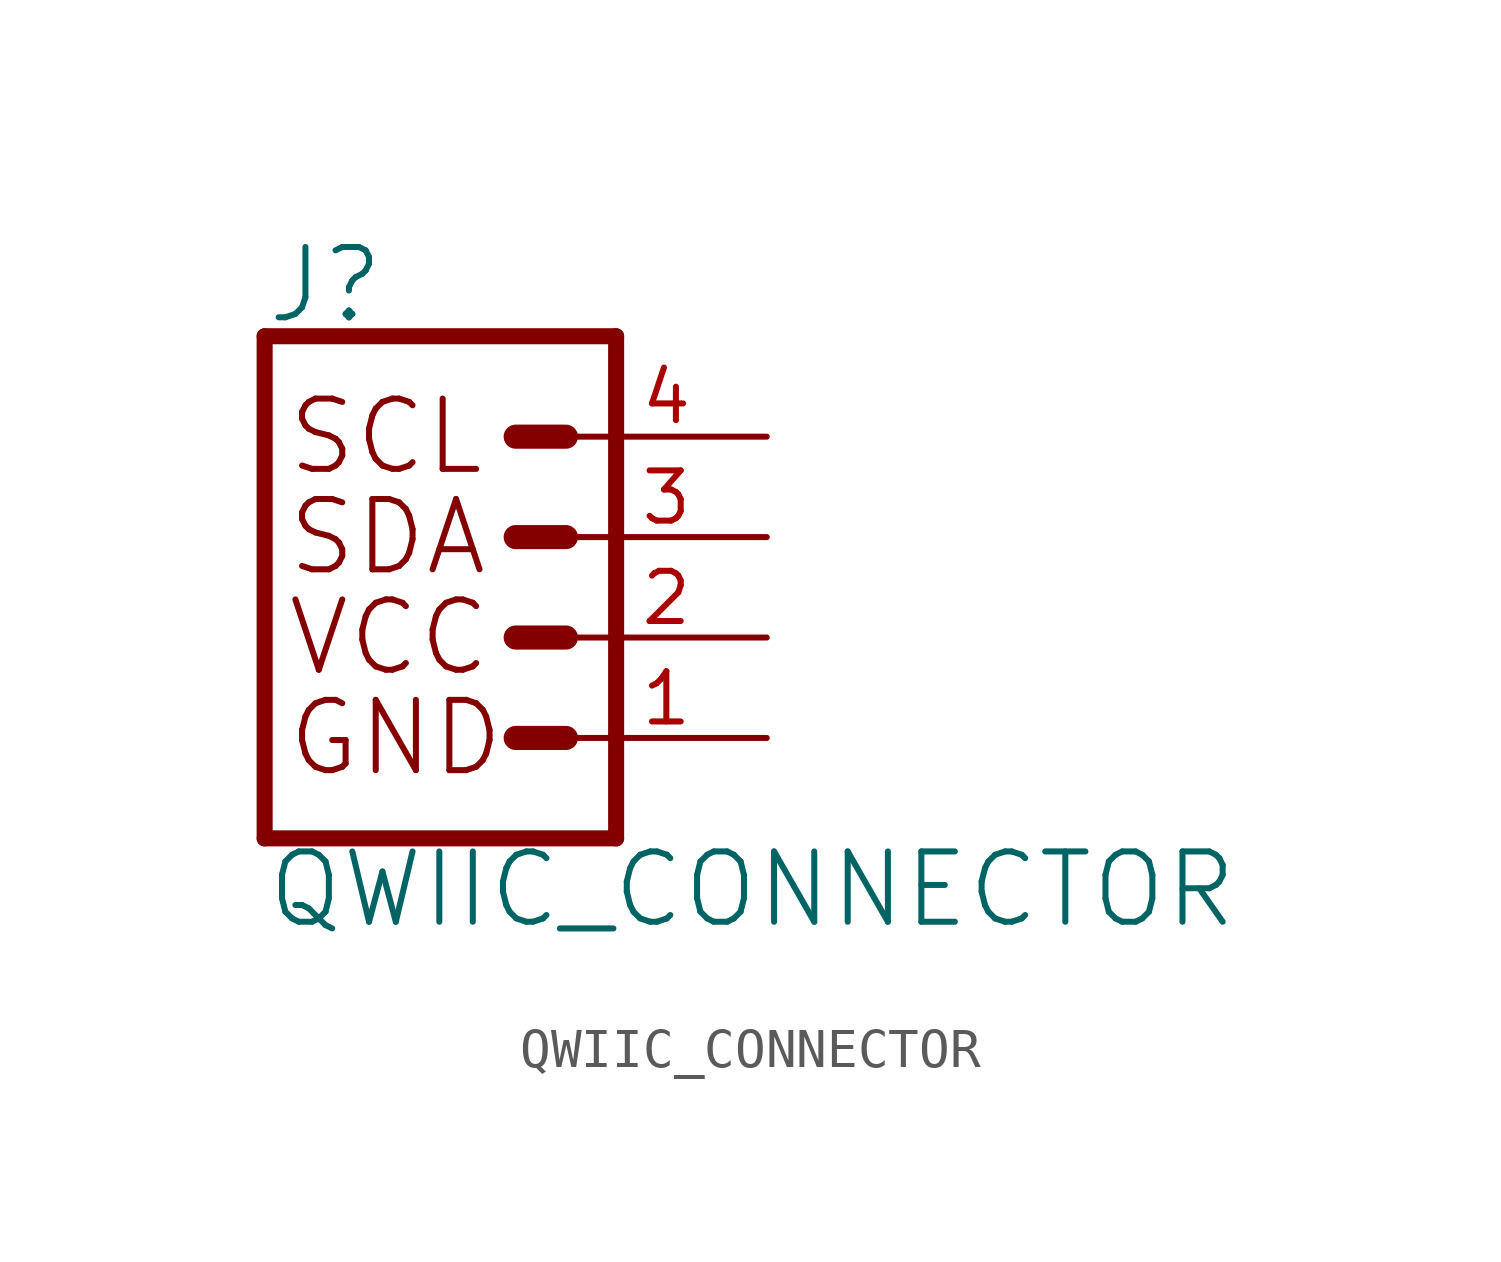
<source format=kicad_sym>
(kicad_symbol_lib
  (version 20211014)
  (generator kicad_symbol_editor)
  (symbol "QWIIC_CONNECTOR"
    (property "Reference" "J"
      (at -5.08 7.874 0)
      (effects (font (size 1.778 1.778)) (justify left bottom)))
    (property "Value" "QWIIC_CONNECTOR"
      (at -5.08 -5.334 0)
      (effects (font (size 1.778 1.778)) (justify left top)))
    (property "ki_locked" ""
      (at 0 0 0)
      (effects (font (size 1.27 1.27))))
    (symbol "QWIIC_CONNECTOR_1_0"
      (polyline (pts (xy -5.08 7.62) (xy -5.08 -5.08)) (stroke (width 0.406) (type default) (color 0 0 0 0)) (fill (type none)))
      (polyline (pts (xy -5.08 7.62) (xy 3.81 7.62)) (stroke (width 0.406) (type default) (color 0 0 0 0)) (fill (type none)))
      (polyline (pts (xy 1.27 -2.54) (xy 2.54 -2.54)) (stroke (width 0.61) (type default) (color 0 0 0 0)) (fill (type none)))
      (polyline (pts (xy 1.27 0) (xy 2.54 0)) (stroke (width 0.61) (type default) (color 0 0 0 0)) (fill (type none)))
      (polyline (pts (xy 1.27 2.54) (xy 2.54 2.54)) (stroke (width 0.61) (type default) (color 0 0 0 0)) (fill (type none)))
      (polyline (pts (xy 1.27 5.08) (xy 2.54 5.08)) (stroke (width 0.61) (type default) (color 0 0 0 0)) (fill (type none)))
      (polyline (pts (xy 3.81 -5.08) (xy -5.08 -5.08)) (stroke (width 0.406) (type default) (color 0 0 0 0)) (fill (type none)))
      (polyline (pts (xy 3.81 -5.08) (xy 3.81 7.62)) (stroke (width 0.406) (type default) (color 0 0 0 0)) (fill (type none)))
      (text "GND" (at -4.572 -2.54 0) (effects (font (size 1.778 1.778)) (justify left)))
      (text "SCL" (at -4.572 5.08 0) (effects (font (size 1.778 1.778)) (justify left)))
      (text "SDA" (at -4.572 2.54 0) (effects (font (size 1.778 1.778)) (justify left)))
      (text "VCC" (at -4.572 0 0) (effects (font (size 1.778 1.778)) (justify left)))
      (pin power_in line (at 7.62 -2.54 180) (length 5.08) (name "1" (effects (font (size 0 0)))) (number "1" (effects (font (size 1.27 1.27)))))
      (pin power_in line (at 7.62 0 180) (length 5.08) (name "2" (effects (font (size 0 0)))) (number "2" (effects (font (size 1.27 1.27)))))
      (pin passive line (at 7.62 2.54 180) (length 5.08) (name "3" (effects (font (size 0 0)))) (number "3" (effects (font (size 1.27 1.27)))))
      (pin passive line (at 7.62 5.08 180) (length 5.08) (name "4" (effects (font (size 0 0)))) (number "4" (effects (font (size 1.27 1.27))))))))
</source>
